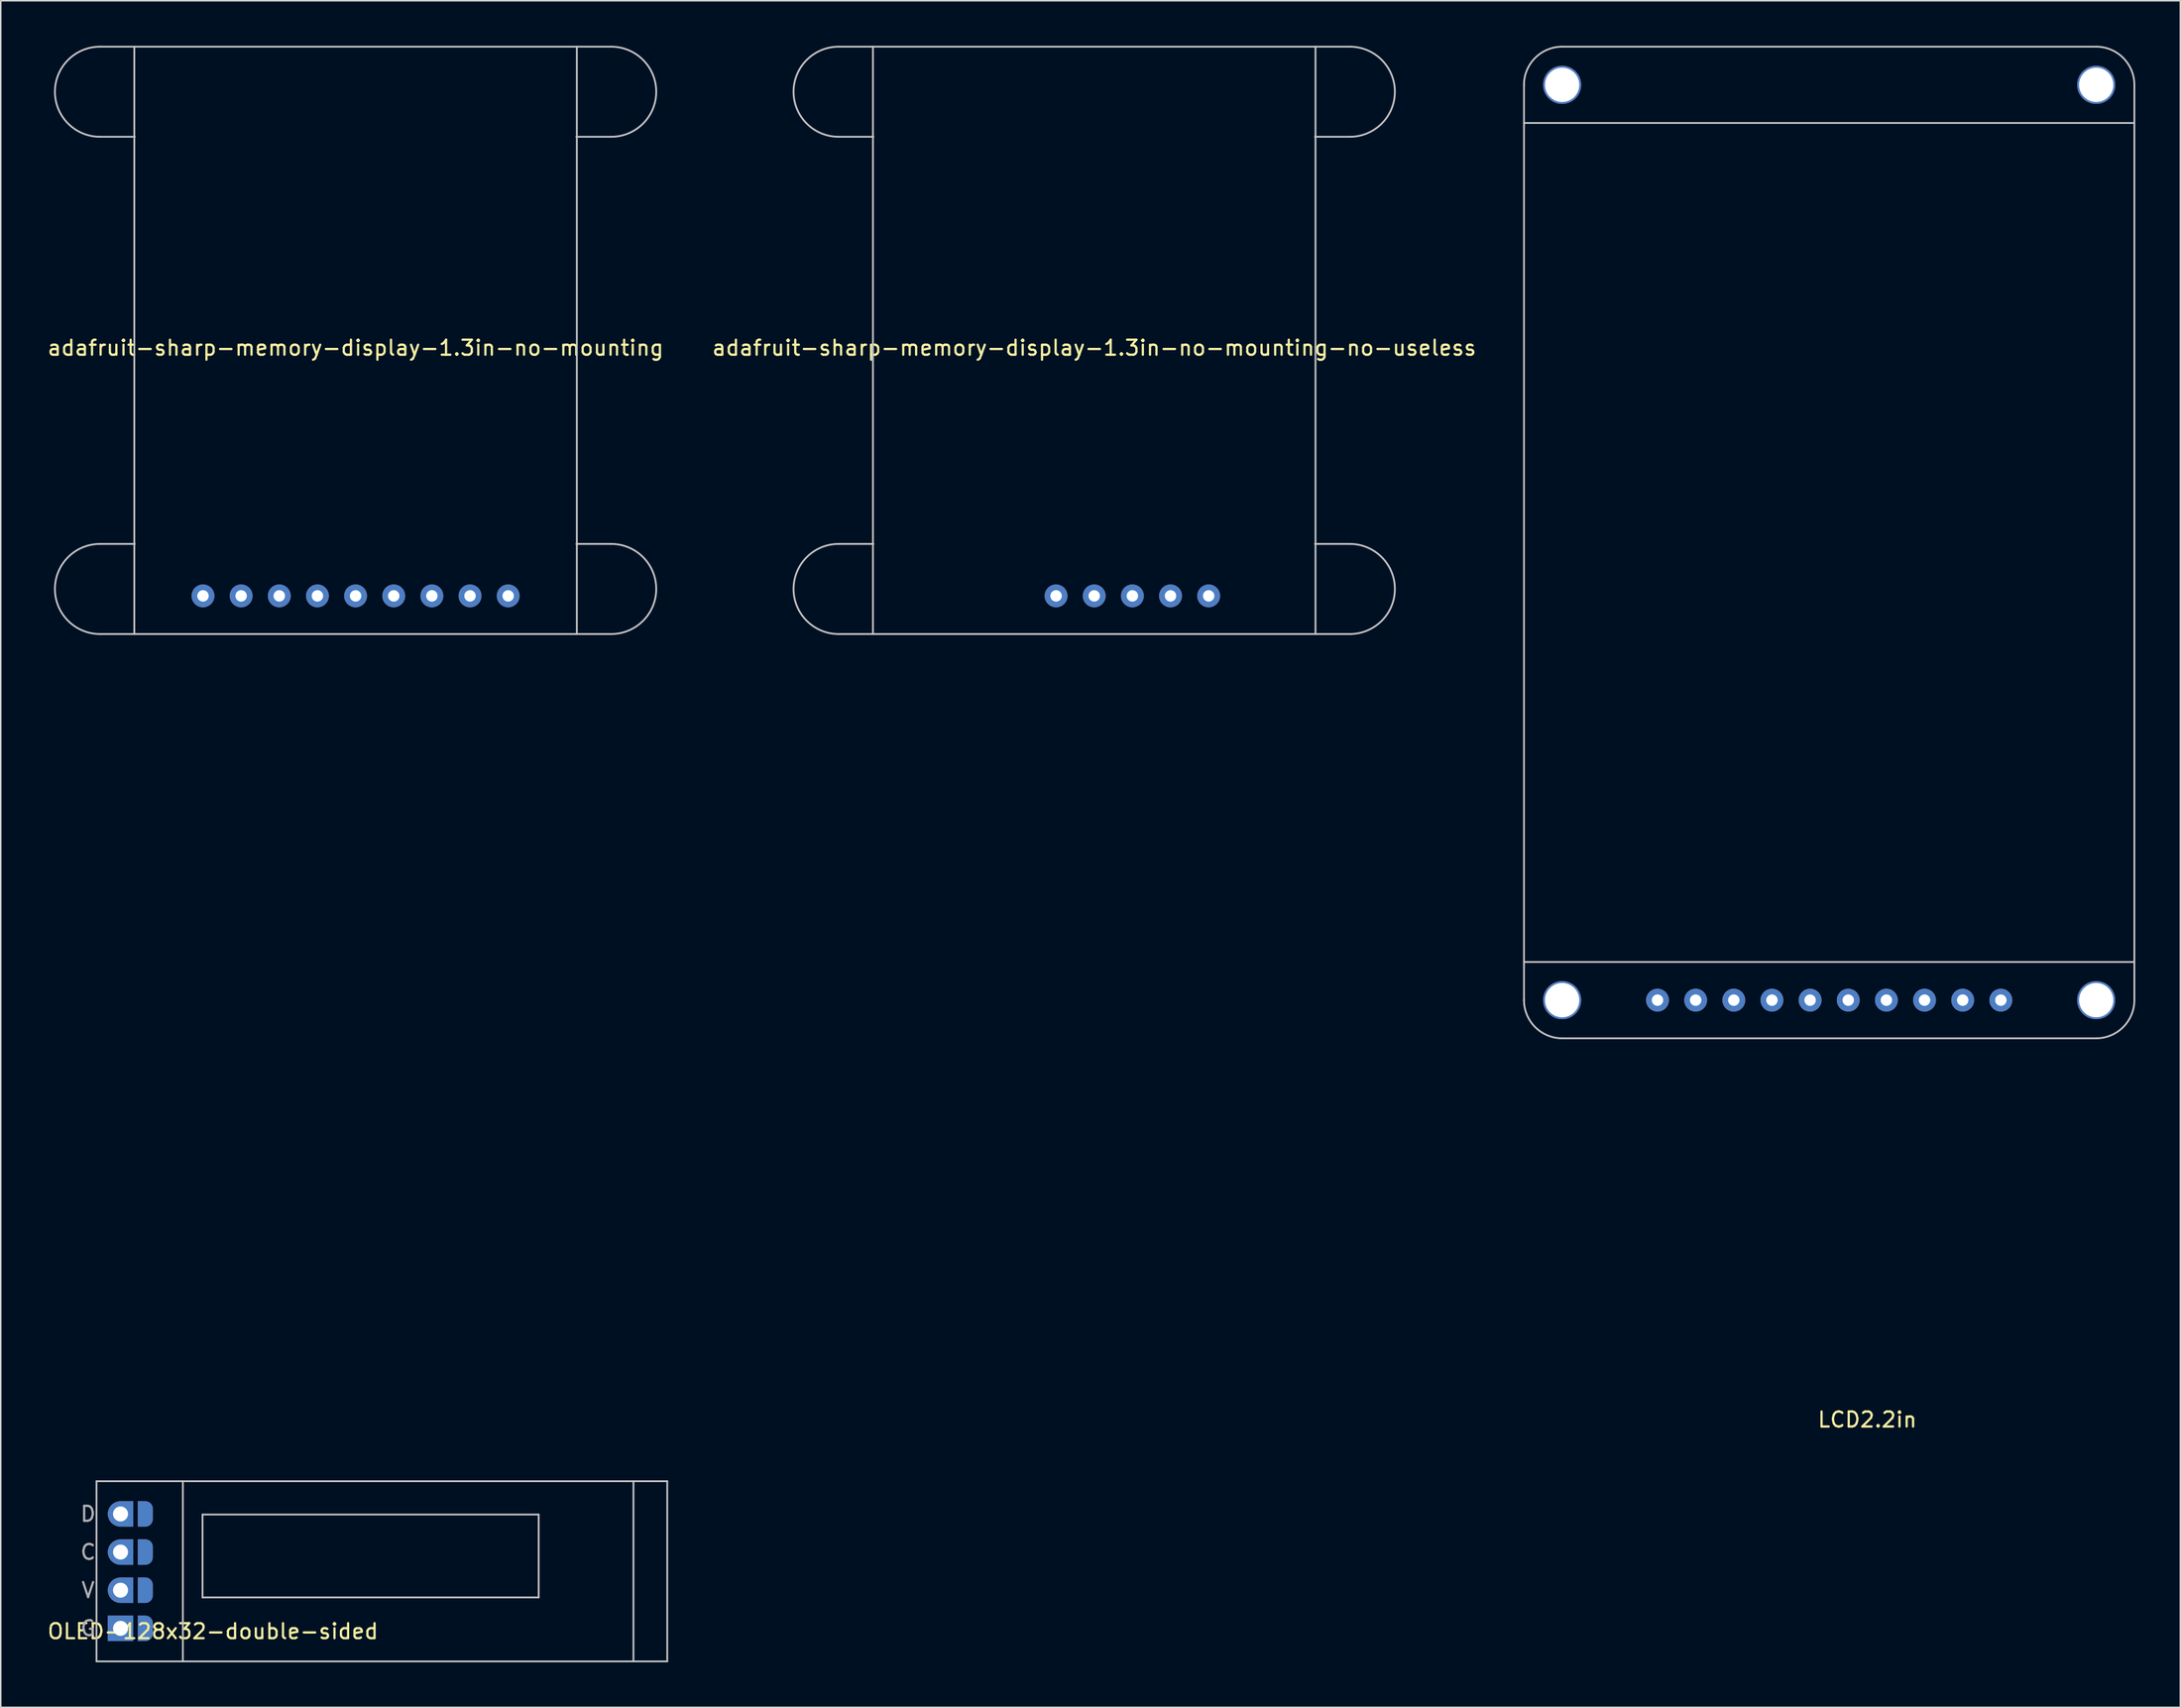
<source format=kicad_pcb>
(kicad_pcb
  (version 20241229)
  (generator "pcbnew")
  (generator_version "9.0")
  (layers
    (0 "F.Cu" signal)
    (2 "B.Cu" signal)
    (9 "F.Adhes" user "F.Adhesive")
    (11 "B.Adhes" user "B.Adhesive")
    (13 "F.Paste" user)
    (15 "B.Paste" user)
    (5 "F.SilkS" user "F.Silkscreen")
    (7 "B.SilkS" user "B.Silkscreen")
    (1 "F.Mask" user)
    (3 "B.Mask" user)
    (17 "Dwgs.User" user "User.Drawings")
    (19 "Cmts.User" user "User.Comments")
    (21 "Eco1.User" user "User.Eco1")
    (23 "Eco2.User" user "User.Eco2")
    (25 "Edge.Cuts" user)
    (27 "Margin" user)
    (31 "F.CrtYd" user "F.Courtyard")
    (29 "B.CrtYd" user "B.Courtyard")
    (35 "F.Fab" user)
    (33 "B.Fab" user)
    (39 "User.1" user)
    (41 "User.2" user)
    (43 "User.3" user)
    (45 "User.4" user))
  (footprint "LCD2.2in"
    (layer "F.Cu")
    (at 118.737 33.08)
    (property "Reference" "LCD2.2in" (at 2.54 58.42 0) (layer "F.SilkS") (effects (font (size 1 1) (thickness 0.15))))
    (attr through_hole)
    (fp_line (start -20.32 -30.48) (end -20.32 30.48) (stroke (width 0.12) (type solid)) (layer "Dwgs.User"))
    (fp_line (start -20.32 -27.94) (end 20.32 -27.94) (stroke (width 0.12) (type solid)) (layer "Dwgs.User"))
    (fp_line (start -17.78 33.02) (end 17.78 33.02) (stroke (width 0.12) (type solid)) (layer "Dwgs.User"))
    (fp_line (start 17.78 -33.02) (end -17.78 -33.02) (stroke (width 0.12) (type solid)) (layer "Dwgs.User"))
    (fp_line (start 20.32 27.94) (end -20.32 27.94) (stroke (width 0.12) (type solid)) (layer "Dwgs.User"))
    (fp_line (start 20.32 30.48) (end 20.32 -30.48) (stroke (width 0.12) (type solid)) (layer "Dwgs.User"))
    (fp_arc (start -20.32 -30.48) (mid -19.576051 -32.276051) (end -17.78 -33.02) (stroke (width 0.12) (type solid)) (layer "Dwgs.User"))
    (fp_arc (start -17.78 33.02) (mid -19.576051 32.276051) (end -20.32 30.48) (stroke (width 0.12) (type solid)) (layer "Dwgs.User"))
    (fp_arc (start 17.78 -33.02) (mid 19.576051 -32.276051) (end 20.32 -30.48) (stroke (width 0.12) (type solid)) (layer "Dwgs.User"))
    (fp_arc (start 20.32 30.48) (mid 19.576051 32.276051) (end 17.78 33.02) (stroke (width 0.12) (type solid)) (layer "Dwgs.User"))
    (pad "" np_thru_hole circle (at -17.78 -30.48) (size 2.54 2.54) (drill 2.286) (layers "*.Cu" "*.Mask"))
    (pad "" np_thru_hole circle (at -17.78 30.48) (size 2.54 2.54) (drill 2.286) (layers "*.Cu" "*.Mask"))
    (pad "" np_thru_hole circle (at 17.78 -30.48) (size 2.54 2.54) (drill 2.286) (layers "*.Cu" "*.Mask"))
    (pad "" np_thru_hole circle (at 17.78 30.48) (size 2.54 2.54) (drill 2.286) (layers "*.Cu" "*.Mask"))
    (pad "1" thru_hole circle (at 11.43 30.48) (size 1.524 1.524) (drill 0.762) (layers "*.Cu" "*.Mask"))
    (pad "2" thru_hole circle (at 8.89 30.48) (size 1.524 1.524) (drill 0.762) (layers "*.Cu" "*.Mask"))
    (pad "3" thru_hole circle (at 6.35 30.48) (size 1.524 1.524) (drill 0.762) (layers "*.Cu" "*.Mask"))
    (pad "4" thru_hole circle (at 3.81 30.48) (size 1.524 1.524) (drill 0.762) (layers "*.Cu" "*.Mask"))
    (pad "5" thru_hole circle (at 1.27 30.48) (size 1.524 1.524) (drill 0.762) (layers "*.Cu" "*.Mask"))
    (pad "6" thru_hole circle (at -1.27 30.48) (size 1.524 1.524) (drill 0.762) (layers "*.Cu" "*.Mask"))
    (pad "7" thru_hole circle (at -3.81 30.48) (size 1.524 1.524) (drill 0.762) (layers "*.Cu" "*.Mask"))
    (pad "8" thru_hole circle (at -6.35 30.48) (size 1.524 1.524) (drill 0.762) (layers "*.Cu" "*.Mask"))
    (pad "9" thru_hole circle (at -8.89 30.48) (size 1.524 1.524) (drill 0.762) (layers "*.Cu" "*.Mask"))
    (pad "10" thru_hole circle (at -11.43 30.48) (size 1.524 1.524) (drill 0.762) (layers "*.Cu" "*.Mask")))
  (footprint "adafruit-sharp-memory-display-1.3in-no-mounting"
    (layer "F.Cu")
    (at 20.625 19.618)
    (property "Reference" "adafruit-sharp-memory-display-1.3in-no-mounting" (at 0 0.5 0) (layer "F.SilkS") (effects (font (size 1 1) (thickness 0.15))))
    (fp_line (start -17.018 -19.558) (end -14.732 -19.558) (stroke (width 0.12) (type solid)) (layer "Dwgs.User"))
    (fp_line (start -17.018 -13.558) (end -14.7 -13.558) (stroke (width 0.12) (type solid)) (layer "Dwgs.User"))
    (fp_line (start -17.018 13.558) (end -14.7 13.558) (stroke (width 0.12) (type solid)) (layer "Dwgs.User"))
    (fp_line (start -17.018 19.558) (end -14.732 19.558) (stroke (width 0.12) (type solid)) (layer "Dwgs.User"))
    (fp_line (start -14.732 -19.558) (end -14.732 19.558) (stroke (width 0.12) (type solid)) (layer "Dwgs.User"))
    (fp_line (start -14.732 19.558) (end 14.732 19.558) (stroke (width 0.12) (type solid)) (layer "Dwgs.User"))
    (fp_line (start 14.732 -19.558) (end -14.732 -19.558) (stroke (width 0.12) (type solid)) (layer "Dwgs.User"))
    (fp_line (start 14.732 -19.558) (end 14.732 19.558) (stroke (width 0.12) (type solid)) (layer "Dwgs.User"))
    (fp_line (start 14.732 -19.558) (end 17.018 -19.558) (stroke (width 0.12) (type solid)) (layer "Dwgs.User"))
    (fp_line (start 17.018 -13.558) (end 14.7 -13.558) (stroke (width 0.12) (type solid)) (layer "Dwgs.User"))
    (fp_line (start 17.018 13.558) (end 14.7 13.558) (stroke (width 0.12) (type solid)) (layer "Dwgs.User"))
    (fp_line (start 17.018 19.558) (end 14.732 19.558) (stroke (width 0.12) (type solid)) (layer "Dwgs.User"))
    (fp_arc (start -17.018 -13.558) (mid -20.018 -16.558) (end -17.018 -19.558) (stroke (width 0.12) (type solid)) (layer "Dwgs.User"))
    (fp_arc (start -17.018 19.558) (mid -20.018 16.558) (end -17.018 13.558) (stroke (width 0.12) (type solid)) (layer "Dwgs.User"))
    (fp_arc (start 17.018 -19.558) (mid 20.018 -16.558) (end 17.018 -13.558) (stroke (width 0.12) (type solid)) (layer "Dwgs.User"))
    (fp_arc (start 17.018 13.558) (mid 20.018 16.558) (end 17.018 19.558) (stroke (width 0.12) (type solid)) (layer "Dwgs.User"))
    (pad "1" thru_hole circle (at -10.16 17.018) (size 1.524 1.524) (drill 0.762) (layers "*.Cu" "*.Mask"))
    (pad "2" thru_hole circle (at -7.62 17.018) (size 1.524 1.524) (drill 0.762) (layers "*.Cu" "*.Mask"))
    (pad "3" thru_hole circle (at -5.08 17.018) (size 1.524 1.524) (drill 0.762) (layers "*.Cu" "*.Mask"))
    (pad "4" thru_hole circle (at -2.54 17.018) (size 1.524 1.524) (drill 0.762) (layers "*.Cu" "*.Mask"))
    (pad "5" thru_hole circle (at 0 17.018) (size 1.524 1.524) (drill 0.762) (layers "*.Cu" "*.Mask"))
    (pad "6" thru_hole circle (at 2.54 17.018) (size 1.524 1.524) (drill 0.762) (layers "*.Cu" "*.Mask"))
    (pad "7" thru_hole circle (at 5.08 17.018) (size 1.524 1.524) (drill 0.762) (layers "*.Cu" "*.Mask"))
    (pad "8" thru_hole circle (at 7.62 17.018) (size 1.524 1.524) (drill 0.762) (layers "*.Cu" "*.Mask"))
    (pad "9" thru_hole circle (at 10.16 17.018) (size 1.524 1.524) (drill 0.762) (layers "*.Cu" "*.Mask")))
  (footprint "adafruit-sharp-memory-display-1.3in-no-mounting-no-useless"
    (layer "F.Cu")
    (at 69.804 19.618)
    (property "Reference" "adafruit-sharp-memory-display-1.3in-no-mounting-no-useless" (at 0 0.5 0) (layer "F.SilkS") (effects (font (size 1 1) (thickness 0.15))))
    (fp_line (start -17.018 -19.558) (end -14.732 -19.558) (stroke (width 0.12) (type solid)) (layer "Dwgs.User"))
    (fp_line (start -17.018 -13.558) (end -14.7 -13.558) (stroke (width 0.12) (type solid)) (layer "Dwgs.User"))
    (fp_line (start -17.018 13.558) (end -14.7 13.558) (stroke (width 0.12) (type solid)) (layer "Dwgs.User"))
    (fp_line (start -17.018 19.558) (end -14.732 19.558) (stroke (width 0.12) (type solid)) (layer "Dwgs.User"))
    (fp_line (start -14.732 -19.558) (end -14.732 19.558) (stroke (width 0.12) (type solid)) (layer "Dwgs.User"))
    (fp_line (start -14.732 19.558) (end 14.732 19.558) (stroke (width 0.12) (type solid)) (layer "Dwgs.User"))
    (fp_line (start 14.732 -19.558) (end -14.732 -19.558) (stroke (width 0.12) (type solid)) (layer "Dwgs.User"))
    (fp_line (start 14.732 -19.558) (end 14.732 19.558) (stroke (width 0.12) (type solid)) (layer "Dwgs.User"))
    (fp_line (start 14.732 -19.558) (end 17.018 -19.558) (stroke (width 0.12) (type solid)) (layer "Dwgs.User"))
    (fp_line (start 17.018 -13.558) (end 14.7 -13.558) (stroke (width 0.12) (type solid)) (layer "Dwgs.User"))
    (fp_line (start 17.018 13.558) (end 14.7 13.558) (stroke (width 0.12) (type solid)) (layer "Dwgs.User"))
    (fp_line (start 17.018 19.558) (end 14.732 19.558) (stroke (width 0.12) (type solid)) (layer "Dwgs.User"))
    (fp_arc (start -17.018 -13.558) (mid -20.018 -16.558) (end -17.018 -19.558) (stroke (width 0.12) (type solid)) (layer "Dwgs.User"))
    (fp_arc (start -17.018 19.558) (mid -20.018 16.558) (end -17.018 13.558) (stroke (width 0.12) (type solid)) (layer "Dwgs.User"))
    (fp_arc (start 17.018 -19.558) (mid 20.018 -16.558) (end 17.018 -13.558) (stroke (width 0.12) (type solid)) (layer "Dwgs.User"))
    (fp_arc (start 17.018 13.558) (mid 20.018 16.558) (end 17.018 19.558) (stroke (width 0.12) (type solid)) (layer "Dwgs.User"))
    (pad "1" thru_hole circle (at -2.54 17.018) (size 1.524 1.524) (drill 0.762) (layers "*.Cu" "*.Mask"))
    (pad "2" thru_hole circle (at 0 17.018) (size 1.524 1.524) (drill 0.762) (layers "*.Cu" "*.Mask"))
    (pad "3" thru_hole circle (at 2.54 17.018) (size 1.524 1.524) (drill 0.762) (layers "*.Cu" "*.Mask"))
    (pad "4" thru_hole circle (at 5.08 17.018) (size 1.524 1.524) (drill 0.762) (layers "*.Cu" "*.Mask"))
    (pad "5" thru_hole circle (at 7.62 17.018) (size 1.524 1.524) (drill 0.762) (layers "*.Cu" "*.Mask")))
  (footprint "OLED-128x32-double-sided"
    (layer "F.Cu")
    (at 3.375 95.598)
    (property "Reference" "OLED-128x32-double-sided" (at 7.75 10 0) (layer "F.SilkS") (effects (font (size 1 1) (thickness 0.15))))
    (attr through_hole)
    (fp_line (start 0 0) (end 0 12) (stroke (width 0.12) (type solid)) (layer "Dwgs.User"))
    (fp_line (start 0 0) (end 38 0) (stroke (width 0.12) (type solid)) (layer "Dwgs.User"))
    (fp_line (start 5.75 0) (end 5.75 12) (stroke (width 0.12) (type solid)) (layer "Dwgs.User"))
    (fp_line (start 7.06 2.22) (end 7.06 7.74) (stroke (width 0.12) (type solid)) (layer "Dwgs.User"))
    (fp_line (start 7.06 2.22) (end 29.44 2.22) (stroke (width 0.12) (type solid)) (layer "Dwgs.User"))
    (fp_line (start 7.06 7.74) (end 29.44 7.74) (stroke (width 0.12) (type solid)) (layer "Dwgs.User"))
    (fp_line (start 29.44 7.74) (end 29.44 2.22) (stroke (width 0.12) (type solid)) (layer "Dwgs.User"))
    (fp_line (start 35.75 0) (end 35.75 12) (stroke (width 0.12) (type solid)) (layer "Dwgs.User"))
    (fp_line (start 38 0) (end 38 12) (stroke (width 0.12) (type solid)) (layer "Dwgs.User"))
    (fp_line (start 38 12) (end 0 12) (stroke (width 0.12) (type solid)) (layer "Dwgs.User"))
    (fp_text user "V" (at -0.559 7.26 0) (unlocked yes) (layer "F.Fab") (effects (font (size 1 1) (thickness 0.15))))
    (fp_text user "C" (at -0.559 4.72 0) (unlocked yes) (layer "F.Fab") (effects (font (size 1 1) (thickness 0.15))))
    (fp_text user "G" (at -0.559 9.8 0) (unlocked yes) (layer "F.Fab") (effects (font (size 1 1) (thickness 0.15))))
    (fp_text user "D" (at -0.559 2.18 0) (unlocked yes) (layer "F.Fab") (effects (font (size 1 1) (thickness 0.15))))
    (pad "1" smd custom (at 3.251 2.18 180) (size 1 0.7) (layers "F.Cu" "F.Mask") (options (anchor rect)) (primitives (gr_circle (center 0 0.35) (end -0.5 0.35) (width 0) (fill yes)) (gr_circle (center 0 -0.35) (end -0.5 -0.35) (width 0) (fill yes)) (gr_poly (pts (xy 0 -0.85) (xy 0.5 -0.85) (xy 0.5 0.85) (xy 0 0.85)) (width 0) (fill yes))))
    (pad "1" smd custom (at 3.251 9.8) (size 1 0.7) (layers "B.Cu" "B.Mask") (options (anchor rect)) (primitives (gr_circle (center 0 0.35) (end -0.5 0.35) (width 0) (fill yes)) (gr_circle (center 0 -0.35) (end -0.5 -0.35) (width 0) (fill yes)) (gr_poly (pts (xy 0 -0.85) (xy -0.5 -0.85) (xy -0.5 0.85) (xy 0 0.85)) (width 0) (fill yes))))
    (pad "2" smd custom (at 3.251 4.72 180) (size 1 0.7) (layers "F.Cu" "F.Mask") (options (anchor rect)) (primitives (gr_circle (center 0 0.35) (end -0.5 0.35) (width 0) (fill yes)) (gr_circle (center 0 -0.35) (end -0.5 -0.35) (width 0) (fill yes)) (gr_poly (pts (xy 0 -0.85) (xy 0.5 -0.85) (xy 0.5 0.85) (xy 0 0.85)) (width 0) (fill yes))))
    (pad "2" smd custom (at 3.251 7.26) (size 1 0.7) (layers "B.Cu" "B.Mask") (options (anchor rect)) (primitives (gr_circle (center 0 0.35) (end -0.5 0.35) (width 0) (fill yes)) (gr_circle (center 0 -0.35) (end -0.5 -0.35) (width 0) (fill yes)) (gr_poly (pts (xy 0 -0.85) (xy -0.5 -0.85) (xy -0.5 0.85) (xy 0 0.85)) (width 0) (fill yes))))
    (pad "3" smd custom (at 3.251 4.72) (size 1 0.7) (layers "B.Cu" "B.Mask") (options (anchor rect)) (primitives (gr_circle (center 0 0.35) (end -0.5 0.35) (width 0) (fill yes)) (gr_circle (center 0 -0.35) (end -0.5 -0.35) (width 0) (fill yes)) (gr_poly (pts (xy 0 -0.85) (xy -0.5 -0.85) (xy -0.5 0.85) (xy 0 0.85)) (width 0) (fill yes))))
    (pad "3" smd custom (at 3.251 7.26 180) (size 1 0.7) (layers "F.Cu" "F.Mask") (options (anchor rect)) (primitives (gr_circle (center 0 0.35) (end -0.5 0.35) (width 0) (fill yes)) (gr_circle (center 0 -0.35) (end -0.5 -0.35) (width 0) (fill yes)) (gr_poly (pts (xy 0 -0.85) (xy 0.5 -0.85) (xy 0.5 0.85) (xy 0 0.85)) (width 0) (fill yes))))
    (pad "4" smd custom (at 3.251 2.18) (size 1 0.7) (layers "B.Cu" "B.Mask") (options (anchor rect)) (primitives (gr_circle (center 0 0.35) (end -0.5 0.35) (width 0) (fill yes)) (gr_circle (center 0 -0.35) (end -0.5 -0.35) (width 0) (fill yes)) (gr_poly (pts (xy 0 -0.85) (xy -0.5 -0.85) (xy -0.5 0.85) (xy 0 0.85)) (width 0) (fill yes))))
    (pad "4" smd custom (at 3.251 9.8 180) (size 1 0.7) (layers "F.Cu" "F.Mask") (options (anchor rect)) (primitives (gr_circle (center 0 0.35) (end -0.5 0.35) (width 0) (fill yes)) (gr_circle (center 0 -0.35) (end -0.5 -0.35) (width 0) (fill yes)) (gr_poly (pts (xy 0 -0.85) (xy 0.5 -0.85) (xy 0.5 0.85) (xy 0 0.85)) (width 0) (fill yes))))
    (pad "5" thru_hole rect (at 1.6 9.8 180) (size 1.7 1.7) (drill 1) (layers "*.Cu" "*.Mask"))
    (pad "6" thru_hole roundrect (at 1.6 7.26 180) (size 1.7 1.7) (drill 1) (layers "*.Cu" "*.Mask") (roundrect_rratio 0.5) (chamfer_ratio 0) (chamfer top_left bottom_left))
    (pad "7" thru_hole roundrect (at 1.6 4.72 180) (size 1.7 1.7) (drill 1) (layers "*.Cu" "*.Mask") (roundrect_rratio 0.5) (chamfer_ratio 0) (chamfer top_left bottom_left))
    (pad "8" thru_hole roundrect (at 1.6 2.18 180) (size 1.7 1.7) (drill 1) (layers "*.Cu" "*.Mask") (roundrect_rratio 0.5) (chamfer_ratio 0) (chamfer top_left bottom_left)))
  (gr_rect
    (start -3 -3)
    (end 142.117 110.658)
    (stroke (width 0.1) (type default))
    (fill no)
    (layer "Edge.Cuts")))
</source>
